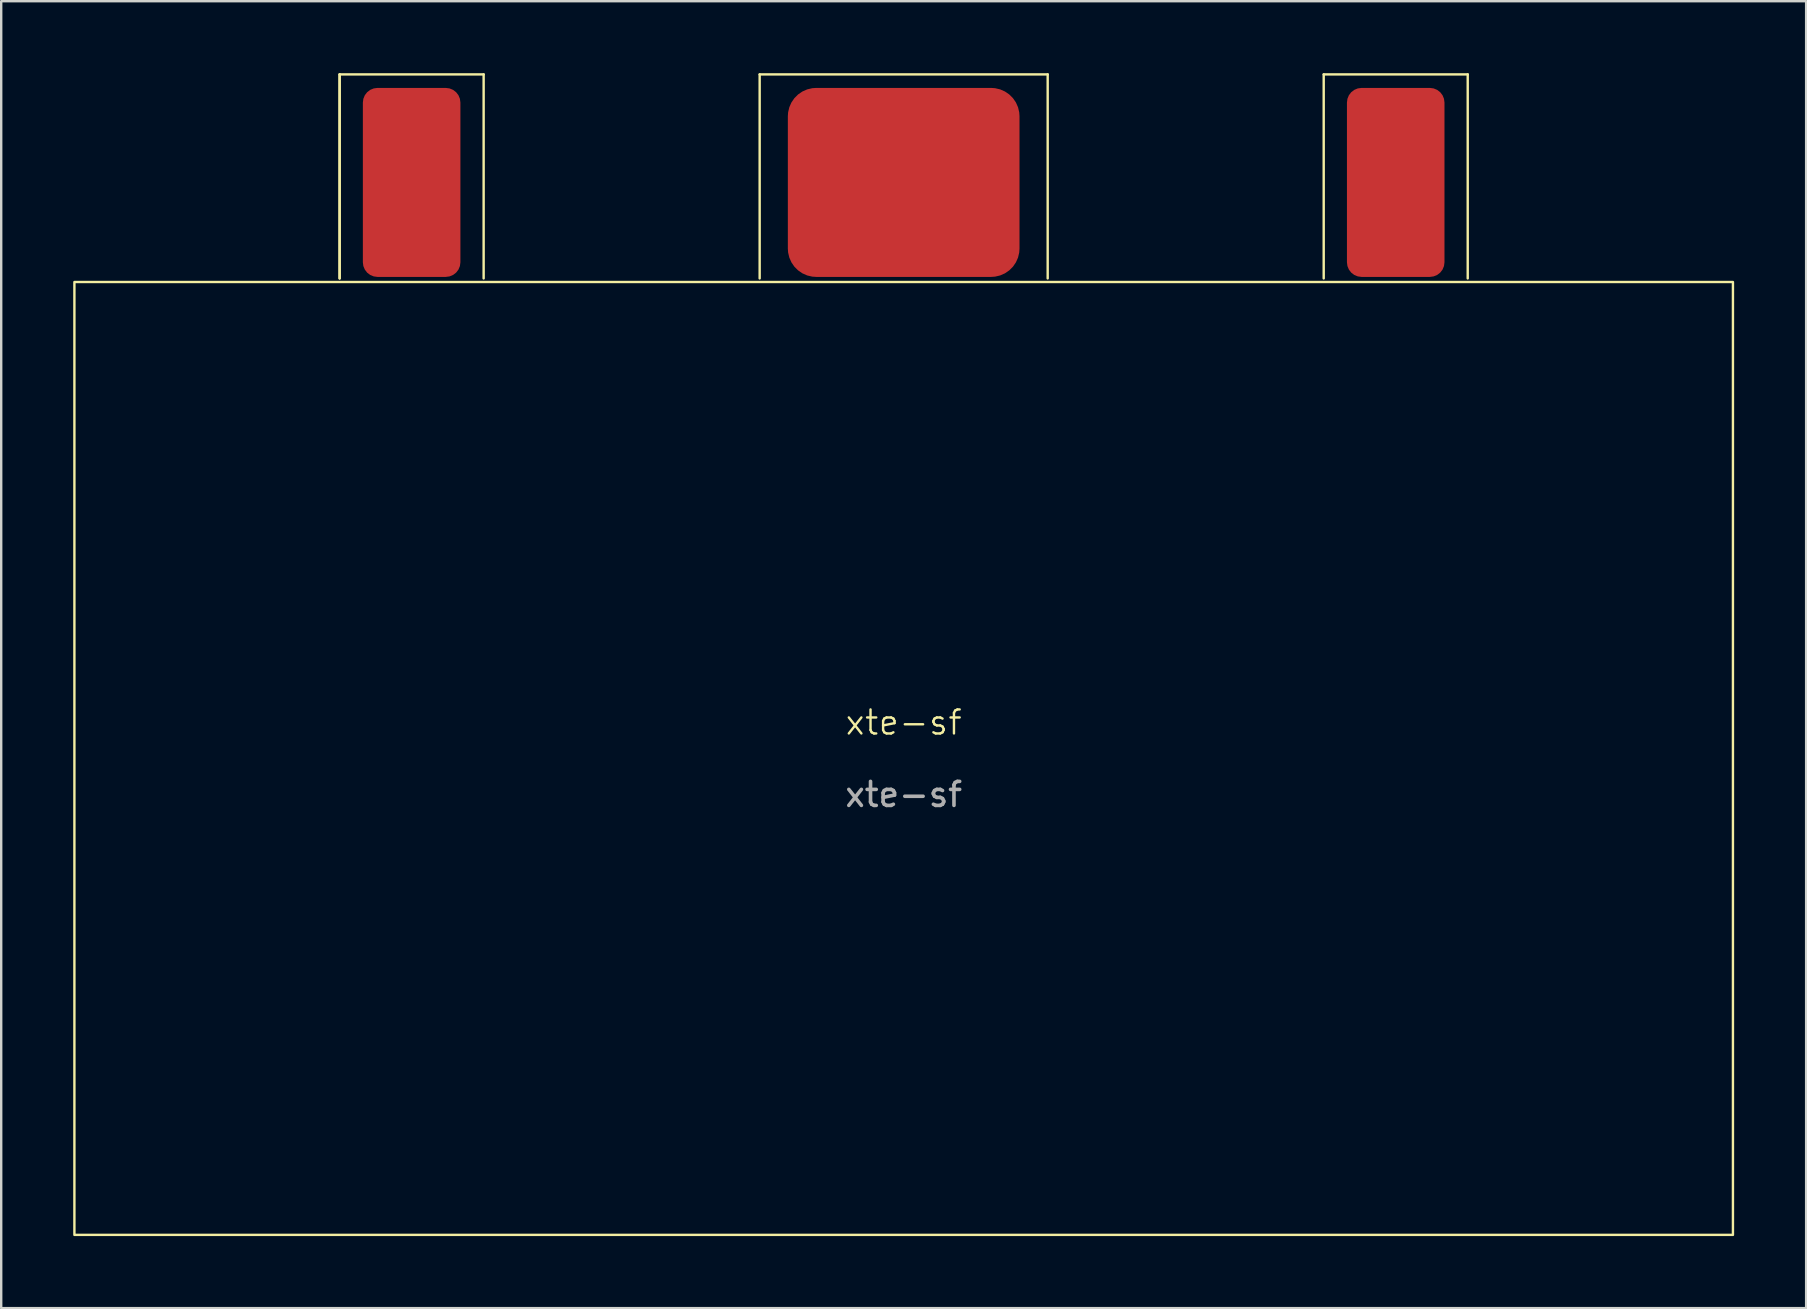
<source format=kicad_pcb>
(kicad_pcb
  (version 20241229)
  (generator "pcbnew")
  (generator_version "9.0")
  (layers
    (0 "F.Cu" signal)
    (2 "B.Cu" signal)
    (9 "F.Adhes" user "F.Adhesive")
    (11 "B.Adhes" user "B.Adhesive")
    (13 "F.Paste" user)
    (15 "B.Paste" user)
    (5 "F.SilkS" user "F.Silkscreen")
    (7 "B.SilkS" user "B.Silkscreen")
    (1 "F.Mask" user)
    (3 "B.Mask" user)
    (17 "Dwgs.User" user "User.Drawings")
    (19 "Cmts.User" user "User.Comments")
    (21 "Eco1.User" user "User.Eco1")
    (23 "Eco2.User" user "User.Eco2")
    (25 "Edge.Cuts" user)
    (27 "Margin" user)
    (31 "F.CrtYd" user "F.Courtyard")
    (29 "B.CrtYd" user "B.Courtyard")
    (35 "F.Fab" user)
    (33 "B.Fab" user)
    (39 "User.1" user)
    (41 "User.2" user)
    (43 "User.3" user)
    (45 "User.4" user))
  (footprint "xte-sf"
    (layer "F.Cu")
    (at 34.6 28.55)
    (property "Reference" "xte-sf" (at 0 -1.5 0) (unlocked yes) (layer "F.SilkS") (effects (font (size 1 1) (thickness 0.1))))
    (attr smd)
    (fp_line (start -23.5 -28.5) (end -23.5 -20) (stroke (width 0.1) (type default)) (layer "F.SilkS"))
    (fp_line (start -23.5 -28.5) (end -17.5 -28.5) (stroke (width 0.1) (type default)) (layer "F.SilkS"))
    (fp_line (start -23.5 -20) (end -23.5 -28.5) (stroke (width 0.1) (type default)) (layer "F.SilkS"))
    (fp_line (start -17.5 -28.5) (end -17.5 -20) (stroke (width 0.1) (type default)) (layer "F.SilkS"))
    (fp_line (start -6 -28.5) (end -6 -20) (stroke (width 0.1) (type default)) (layer "F.SilkS"))
    (fp_line (start -6 -28.5) (end 6 -28.5) (stroke (width 0.1) (type default)) (layer "F.SilkS"))
    (fp_line (start 6 -28.5) (end 6 -20) (stroke (width 0.1) (type default)) (layer "F.SilkS"))
    (fp_line (start 17.5 -28.5) (end 23.5 -28.5) (stroke (width 0.1) (type default)) (layer "F.SilkS"))
    (fp_line (start 17.5 -20) (end 17.5 -28.5) (stroke (width 0.1) (type default)) (layer "F.SilkS"))
    (fp_line (start 23.5 -28.5) (end 23.5 -20) (stroke (width 0.1) (type default)) (layer "F.SilkS"))
    (fp_rect (start -34.55 -19.85) (end 34.55 19.85) (stroke (width 0.1) (type solid)) (fill no) (layer "F.SilkS"))
    (fp_text user "${REFERENCE}" (at 0 1.5 0) (unlocked yes) (layer "F.Fab") (effects (font (size 1 1) (thickness 0.15))))
    (pad "1" smd roundrect (at 0 -24) (size 9.652 7.874) (layers "F.Cu" "F.Mask" "F.Paste") (roundrect_rratio 0.15))
    (pad "2" smd roundrect (at -20.5 -24) (size 4.064 7.874) (layers "F.Cu" "F.Mask" "F.Paste") (roundrect_rratio 0.15))
    (pad "3" smd roundrect (at 20.5 -24) (size 4.064 7.874) (layers "F.Cu" "F.Mask" "F.Paste") (roundrect_rratio 0.15)))
  (gr_rect
    (start -3 -3)
    (end 72.2 51.45)
    (stroke (width 0.1) (type default))
    (fill no)
    (layer "Edge.Cuts")))
</source>
